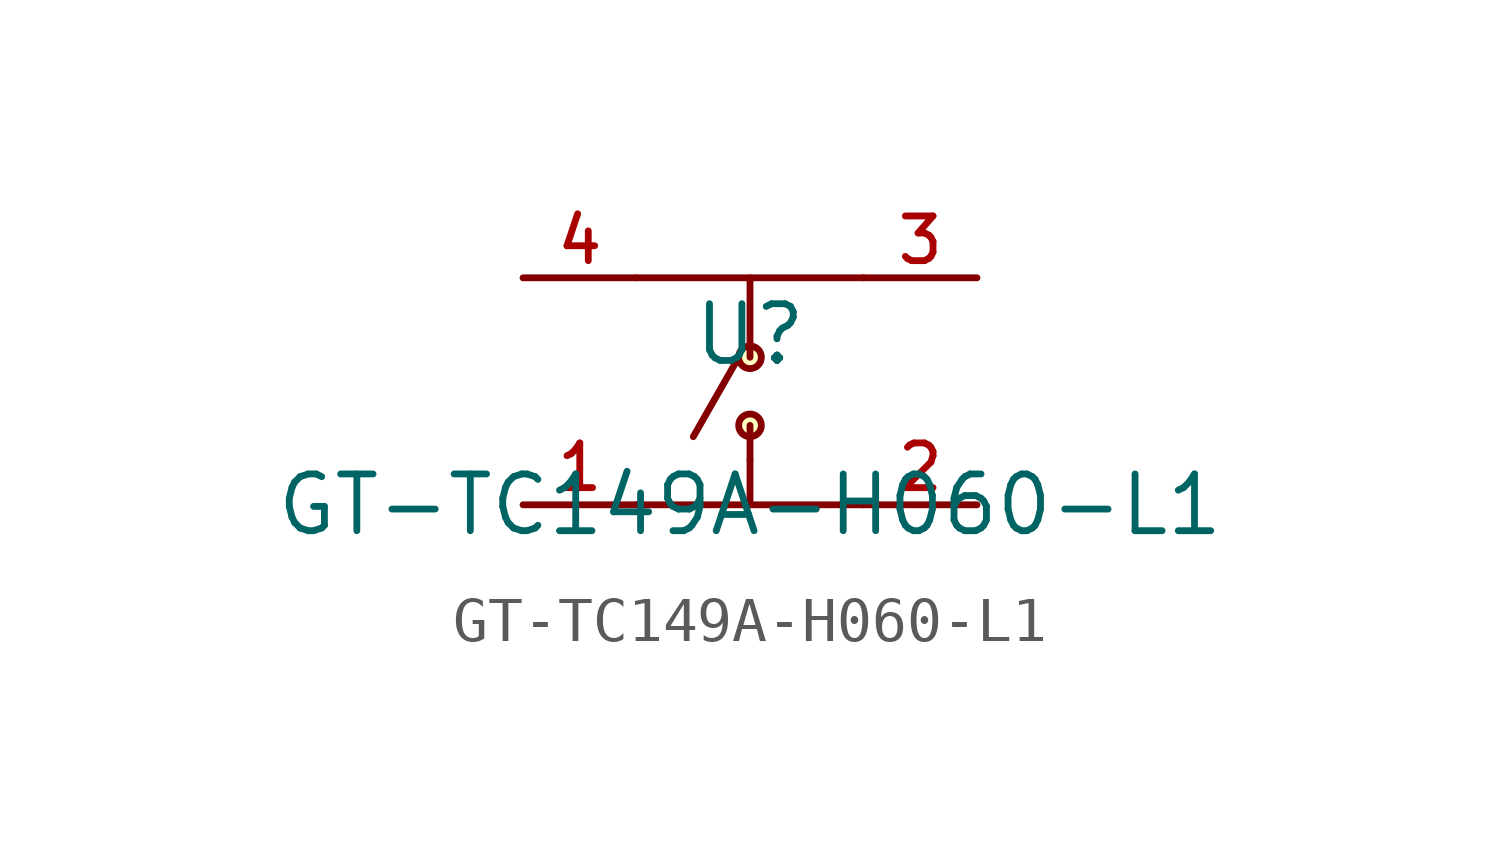
<source format=kicad_sym>
(kicad_symbol_lib
  (version 20210201)
  (generator TousstNicolas/JLC2KiCad_lib)
  (symbol "GT-TC149A-H060-L1"
    (pin_names hide)
    (property "Reference" "U"
      (at 0 1.27 0)
      (effects (font (size 1.27 1.27))))
    (property "Value" "GT-TC149A-H060-L1"
      (at 0 -2.54 0)
      (effects (font (size 1.27 1.27))))
    (symbol "GT-TC149A-H060-L1_0_1"
      (circle (center 0.0 -0.762) (radius 0.254) (stroke (width 0) (type default) (color 0 0 0 0)) (fill (type background)))
      (circle (center 0.0 0.762) (radius 0.254) (stroke (width 0) (type default) (color 0 0 0 0)) (fill (type background)))
      (pin unspecified line (at -5.08 2.54 0) (length 2.54) (name "4" (effects (font (size 1 1)))) (number "4" (effects (font (size 1 1)))))
      (pin unspecified line (at 5.08 2.54 180) (length 2.54) (name "3" (effects (font (size 1 1)))) (number "3" (effects (font (size 1 1)))))
      (pin unspecified line (at 5.08 -2.54 180) (length 2.54) (name "2" (effects (font (size 1 1)))) (number "2" (effects (font (size 1 1)))))
      (pin unspecified line (at -5.08 -2.54 0) (length 2.54) (name "1" (effects (font (size 1 1)))) (number "1" (effects (font (size 1 1)))))
      (polyline (pts (xy -1.27 -1.016) (xy -0.254 0.762)) (stroke (width 0) (type default) (color 0 0 0 0)) (fill (type none)))
      (polyline (pts (xy 0.0 -1.524) (xy 0.0 -0.762)) (stroke (width 0) (type default) (color 0 0 0 0)) (fill (type none)))
      (polyline (pts (xy 0.0 2.54) (xy 0.0 0.762)) (stroke (width 0) (type default) (color 0 0 0 0)) (fill (type none)))
      (polyline (pts (xy 0.0 -2.54) (xy 0.0 -1.524)) (stroke (width 0) (type default) (color 0 0 0 0)) (fill (type none)))
      (polyline (pts (xy 2.54 2.54) (xy -2.54 2.54)) (stroke (width 0) (type default) (color 0 0 0 0)) (fill (type none)))
      (polyline (pts (xy -2.54 -2.54) (xy 2.54 -2.54)) (stroke (width 0) (type default) (color 0 0 0 0)) (fill (type none))))))
</source>
